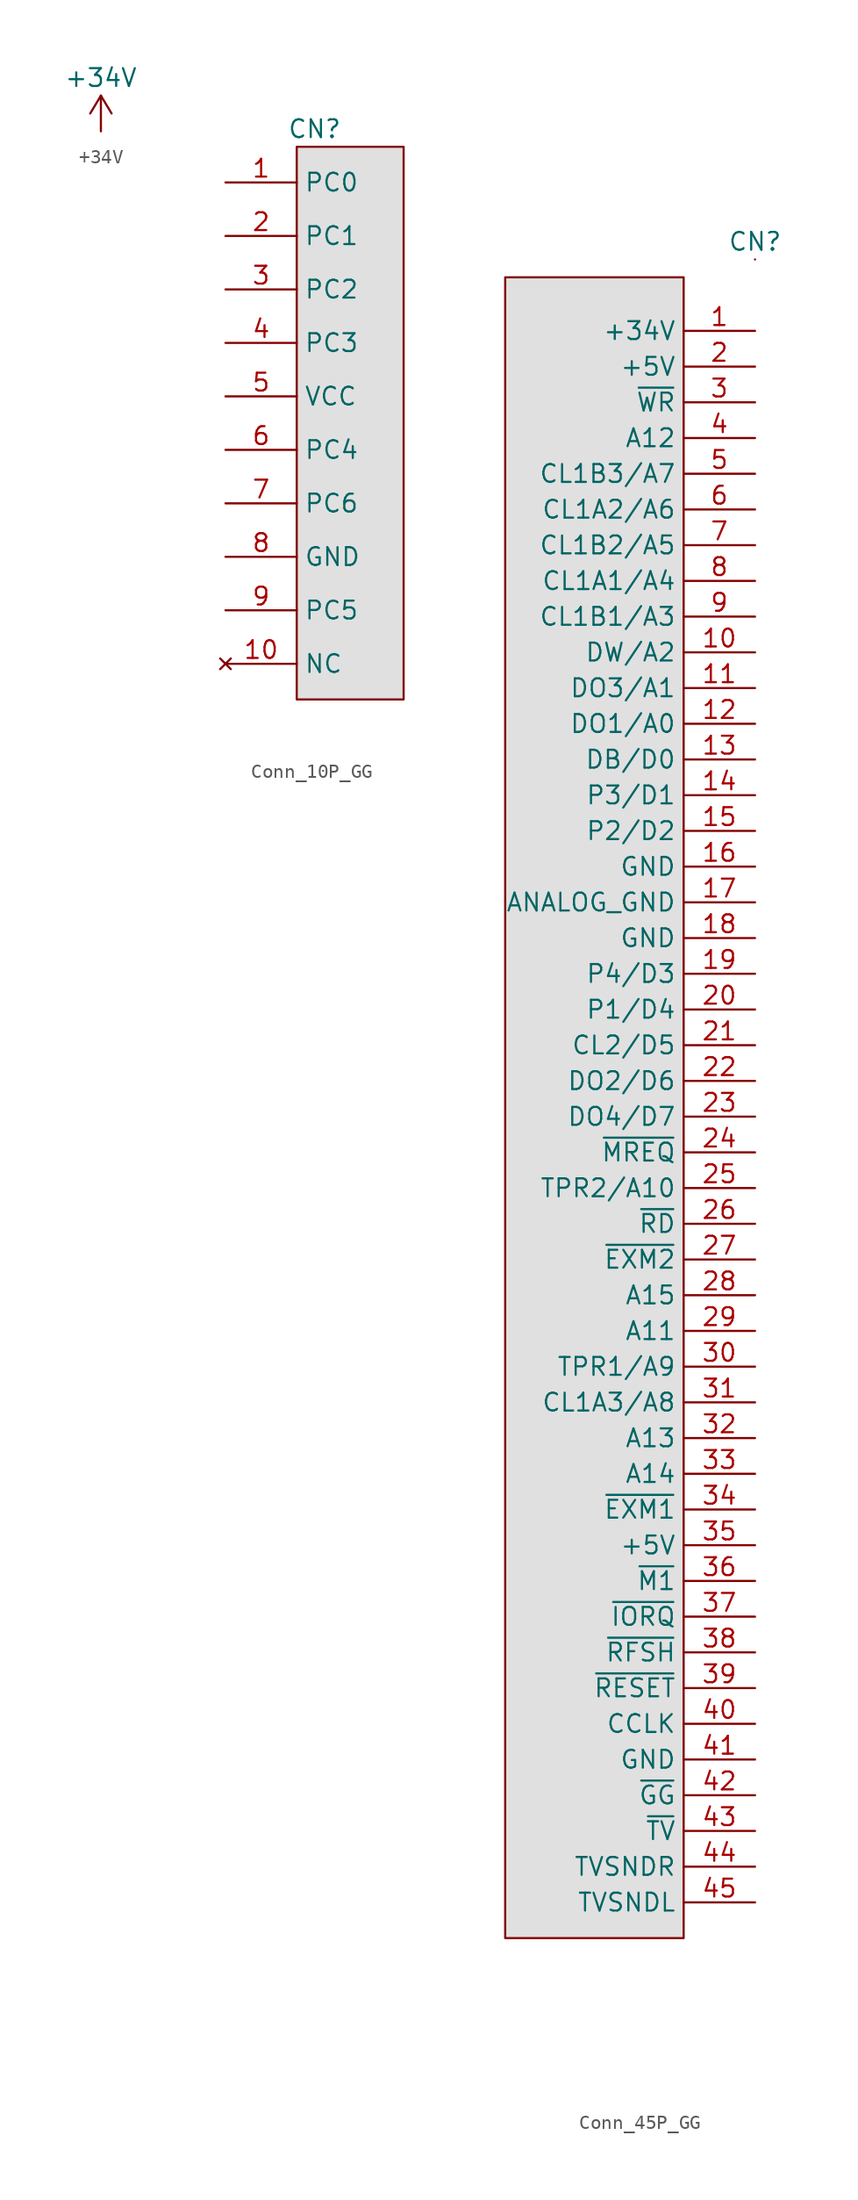
<source format=kicad_sym>
(kicad_symbol_lib
  (version 20220914)
  (generator kicad_symbol_editor)
  (symbol "+34V"
    (power)
    (pin_names
      (offset 0))
    (property "Reference" "#PWR04"
      (at 0 -3.81 0)
      (effects (font (size 1.27 1.27)) hide))
    (property "Value" "+34V"
      (at 0 3.81 0)
      (effects (font (size 1.27 1.27))))
    (symbol "+34V_0_1"
      (polyline (pts (xy -0.762 1.27) (xy 0 2.54)) (stroke (width 0) (type default)) (fill (type none)))
      (polyline (pts (xy 0 0) (xy 0 2.54)) (stroke (width 0) (type default)) (fill (type none)))
      (polyline (pts (xy 0 2.54) (xy 0.762 1.27)) (stroke (width 0) (type default)) (fill (type none))))
    (symbol "+34V_1_1"
      (pin power_in line (at 0 0 90) (length 0) hide (name "+34V" (effects (font (size 1.27 1.27)))) (number "1" (effects (font (size 1.27 1.27)))))))
  (symbol "Conn_10P_GG"
    (property "Reference" "CN"
      (at -2.54 21.59 0)
      (effects (font (size 1.27 1.27))))
    (property "Value" ""
      (at -8.89 17.78 0)
      (effects (font (size 1.27 1.27))))
    (symbol "Conn_10P_GG_0_1"
      (rectangle (start -3.81 20.32) (end 3.81 -19.05) (stroke (width 0) (type default)) (fill (type color) (color 132 132 132 0.25))))
    (symbol "Conn_10P_GG_1_1"
      (pin bidirectional line (at -8.89 17.78 0) (length 5.08) (name "PC0" (effects (font (size 1.27 1.27)))) (number "1" (effects (font (size 1.27 1.27)))))
      (pin no_connect line (at -8.89 -16.51 0) (length 5.08) (name "NC" (effects (font (size 1.27 1.27)))) (number "10" (effects (font (size 1.27 1.27)))))
      (pin bidirectional line (at -8.89 13.97 0) (length 5.08) (name "PC1" (effects (font (size 1.27 1.27)))) (number "2" (effects (font (size 1.27 1.27)))))
      (pin bidirectional line (at -8.89 10.16 0) (length 5.08) (name "PC2" (effects (font (size 1.27 1.27)))) (number "3" (effects (font (size 1.27 1.27)))))
      (pin bidirectional line (at -8.89 6.35 0) (length 5.08) (name "PC3" (effects (font (size 1.27 1.27)))) (number "4" (effects (font (size 1.27 1.27)))))
      (pin power_in line (at -8.89 2.54 0) (length 5.08) (name "VCC" (effects (font (size 1.27 1.27)))) (number "5" (effects (font (size 1.27 1.27)))))
      (pin bidirectional line (at -8.89 -1.27 0) (length 5.08) (name "PC4" (effects (font (size 1.27 1.27)))) (number "6" (effects (font (size 1.27 1.27)))))
      (pin bidirectional line (at -8.89 -5.08 0) (length 5.08) (name "PC6" (effects (font (size 1.27 1.27)))) (number "7" (effects (font (size 1.27 1.27)))))
      (pin power_in line (at -8.89 -8.89 0) (length 5.08) (name "GND" (effects (font (size 1.27 1.27)))) (number "8" (effects (font (size 1.27 1.27)))))
      (pin bidirectional line (at -8.89 -12.7 0) (length 5.08) (name "PC5" (effects (font (size 1.27 1.27)))) (number "9" (effects (font (size 1.27 1.27)))))))
  (symbol "Conn_45P_GG"
    (property "Reference" "CN"
      (at 11.43 60.96 0)
      (effects (font (size 1.27 1.27))))
    (property "Value" ""
      (at 11.43 59.69 0)
      (effects (font (size 1.27 1.27))))
    (symbol "Conn_45P_GG_0_1"
      (rectangle (start -6.35 58.42) (end 6.35 -59.69) (stroke (width 0) (type default)) (fill (type color) (color 132 132 132 0.25)))
      (rectangle (start 11.43 59.69) (end 11.43 59.69) (stroke (width 0) (type default)) (fill (type none))))
    (symbol "Conn_45P_GG_1_1"
      (pin passive line (at 11.43 54.61 180) (length 5.08) (name "+34V" (effects (font (size 1.27 1.27)))) (number "1" (effects (font (size 1.27 1.27)))))
      (pin passive line (at 11.43 31.75 180) (length 5.08) (name "DW/A2" (effects (font (size 1.27 1.27)))) (number "10" (effects (font (size 1.27 1.27)))))
      (pin passive line (at 11.43 29.21 180) (length 5.08) (name "DO3/A1" (effects (font (size 1.27 1.27)))) (number "11" (effects (font (size 1.27 1.27)))))
      (pin passive line (at 11.43 26.67 180) (length 5.08) (name "DO1/A0" (effects (font (size 1.27 1.27)))) (number "12" (effects (font (size 1.27 1.27)))))
      (pin passive line (at 11.43 24.13 180) (length 5.08) (name "DB/D0" (effects (font (size 1.27 1.27)))) (number "13" (effects (font (size 1.27 1.27)))))
      (pin passive line (at 11.43 21.59 180) (length 5.08) (name "P3/D1" (effects (font (size 1.27 1.27)))) (number "14" (effects (font (size 1.27 1.27)))))
      (pin passive line (at 11.43 19.05 180) (length 5.08) (name "P2/D2" (effects (font (size 1.27 1.27)))) (number "15" (effects (font (size 1.27 1.27)))))
      (pin passive line (at 11.43 16.51 180) (length 5.08) (name "GND" (effects (font (size 1.27 1.27)))) (number "16" (effects (font (size 1.27 1.27)))))
      (pin passive line (at 11.43 13.97 180) (length 5.08) (name "ANALOG_GND" (effects (font (size 1.27 1.27)))) (number "17" (effects (font (size 1.27 1.27)))))
      (pin passive line (at 11.43 11.43 180) (length 5.08) (name "GND" (effects (font (size 1.27 1.27)))) (number "18" (effects (font (size 1.27 1.27)))))
      (pin passive line (at 11.43 8.89 180) (length 5.08) (name "P4/D3" (effects (font (size 1.27 1.27)))) (number "19" (effects (font (size 1.27 1.27)))))
      (pin passive line (at 11.43 52.07 180) (length 5.08) (name "+5V" (effects (font (size 1.27 1.27)))) (number "2" (effects (font (size 1.27 1.27)))))
      (pin passive line (at 11.43 6.35 180) (length 5.08) (name "P1/D4" (effects (font (size 1.27 1.27)))) (number "20" (effects (font (size 1.27 1.27)))))
      (pin passive line (at 11.43 3.81 180) (length 5.08) (name "CL2/D5" (effects (font (size 1.27 1.27)))) (number "21" (effects (font (size 1.27 1.27)))))
      (pin passive line (at 11.43 1.27 180) (length 5.08) (name "DO2/D6" (effects (font (size 1.27 1.27)))) (number "22" (effects (font (size 1.27 1.27)))))
      (pin passive line (at 11.43 -1.27 180) (length 5.08) (name "DO4/D7" (effects (font (size 1.27 1.27)))) (number "23" (effects (font (size 1.27 1.27)))))
      (pin passive line (at 11.43 -3.81 180) (length 5.08) (name "~{MREQ}" (effects (font (size 1.27 1.27)))) (number "24" (effects (font (size 1.27 1.27)))))
      (pin passive line (at 11.43 -6.35 180) (length 5.08) (name "TPR2/A10" (effects (font (size 1.27 1.27)))) (number "25" (effects (font (size 1.27 1.27)))))
      (pin passive line (at 11.43 -8.89 180) (length 5.08) (name "~{RD}" (effects (font (size 1.27 1.27)))) (number "26" (effects (font (size 1.27 1.27)))))
      (pin passive line (at 11.43 -11.43 180) (length 5.08) (name "~{EXM2}" (effects (font (size 1.27 1.27)))) (number "27" (effects (font (size 1.27 1.27)))))
      (pin passive line (at 11.43 -13.97 180) (length 5.08) (name "A15" (effects (font (size 1.27 1.27)))) (number "28" (effects (font (size 1.27 1.27)))))
      (pin passive line (at 11.43 -16.51 180) (length 5.08) (name "A11" (effects (font (size 1.27 1.27)))) (number "29" (effects (font (size 1.27 1.27)))))
      (pin passive line (at 11.43 49.53 180) (length 5.08) (name "~{WR}" (effects (font (size 1.27 1.27)))) (number "3" (effects (font (size 1.27 1.27)))))
      (pin passive line (at 11.43 -19.05 180) (length 5.08) (name "TPR1/A9" (effects (font (size 1.27 1.27)))) (number "30" (effects (font (size 1.27 1.27)))))
      (pin passive line (at 11.43 -21.59 180) (length 5.08) (name "CL1A3/A8" (effects (font (size 1.27 1.27)))) (number "31" (effects (font (size 1.27 1.27)))))
      (pin passive line (at 11.43 -24.13 180) (length 5.08) (name "A13" (effects (font (size 1.27 1.27)))) (number "32" (effects (font (size 1.27 1.27)))))
      (pin passive line (at 11.43 -26.67 180) (length 5.08) (name "A14" (effects (font (size 1.27 1.27)))) (number "33" (effects (font (size 1.27 1.27)))))
      (pin passive line (at 11.43 -29.21 180) (length 5.08) (name "~{EXM1}" (effects (font (size 1.27 1.27)))) (number "34" (effects (font (size 1.27 1.27)))))
      (pin passive line (at 11.43 -31.75 180) (length 5.08) (name "+5V" (effects (font (size 1.27 1.27)))) (number "35" (effects (font (size 1.27 1.27)))))
      (pin passive line (at 11.43 -34.29 180) (length 5.08) (name "~{M1}" (effects (font (size 1.27 1.27)))) (number "36" (effects (font (size 1.27 1.27)))))
      (pin passive line (at 11.43 -36.83 180) (length 5.08) (name "~{IORQ}" (effects (font (size 1.27 1.27)))) (number "37" (effects (font (size 1.27 1.27)))))
      (pin passive line (at 11.43 -39.37 180) (length 5.08) (name "~{RFSH}" (effects (font (size 1.27 1.27)))) (number "38" (effects (font (size 1.27 1.27)))))
      (pin passive line (at 11.43 -41.91 180) (length 5.08) (name "~{RESET}" (effects (font (size 1.27 1.27)))) (number "39" (effects (font (size 1.27 1.27)))))
      (pin passive line (at 11.43 46.99 180) (length 5.08) (name "A12" (effects (font (size 1.27 1.27)))) (number "4" (effects (font (size 1.27 1.27)))))
      (pin passive line (at 11.43 -44.45 180) (length 5.08) (name "CCLK" (effects (font (size 1.27 1.27)))) (number "40" (effects (font (size 1.27 1.27)))))
      (pin passive line (at 11.43 -46.99 180) (length 5.08) (name "GND" (effects (font (size 1.27 1.27)))) (number "41" (effects (font (size 1.27 1.27)))))
      (pin passive line (at 11.43 -49.53 180) (length 5.08) (name "~{GG}" (effects (font (size 1.27 1.27)))) (number "42" (effects (font (size 1.27 1.27)))))
      (pin passive line (at 11.43 -52.07 180) (length 5.08) (name "~{TV}" (effects (font (size 1.27 1.27)))) (number "43" (effects (font (size 1.27 1.27)))))
      (pin passive line (at 11.43 -54.61 180) (length 5.08) (name "TVSNDR" (effects (font (size 1.27 1.27)))) (number "44" (effects (font (size 1.27 1.27)))))
      (pin passive line (at 11.43 -57.15 180) (length 5.08) (name "TVSNDL" (effects (font (size 1.27 1.27)))) (number "45" (effects (font (size 1.27 1.27)))))
      (pin passive line (at 11.43 44.45 180) (length 5.08) (name "CL1B3/A7" (effects (font (size 1.27 1.27)))) (number "5" (effects (font (size 1.27 1.27)))))
      (pin passive line (at 11.43 41.91 180) (length 5.08) (name "CL1A2/A6" (effects (font (size 1.27 1.27)))) (number "6" (effects (font (size 1.27 1.27)))))
      (pin passive line (at 11.43 39.37 180) (length 5.08) (name "CL1B2/A5" (effects (font (size 1.27 1.27)))) (number "7" (effects (font (size 1.27 1.27)))))
      (pin passive line (at 11.43 36.83 180) (length 5.08) (name "CL1A1/A4" (effects (font (size 1.27 1.27)))) (number "8" (effects (font (size 1.27 1.27)))))
      (pin passive line (at 11.43 34.29 180) (length 5.08) (name "CL1B1/A3" (effects (font (size 1.27 1.27)))) (number "9" (effects (font (size 1.27 1.27))))))))
</source>
